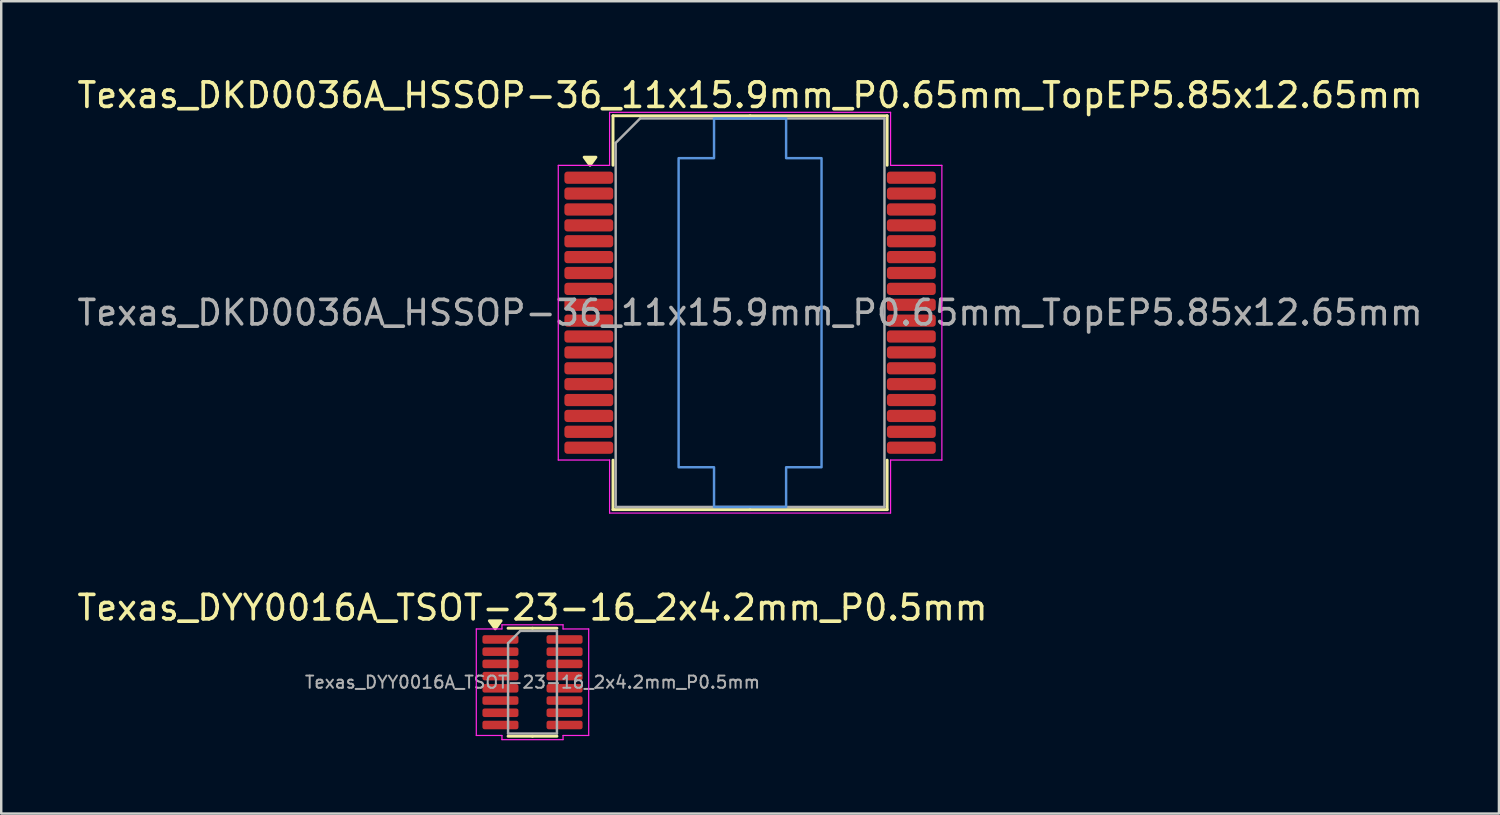
<source format=kicad_pcb>
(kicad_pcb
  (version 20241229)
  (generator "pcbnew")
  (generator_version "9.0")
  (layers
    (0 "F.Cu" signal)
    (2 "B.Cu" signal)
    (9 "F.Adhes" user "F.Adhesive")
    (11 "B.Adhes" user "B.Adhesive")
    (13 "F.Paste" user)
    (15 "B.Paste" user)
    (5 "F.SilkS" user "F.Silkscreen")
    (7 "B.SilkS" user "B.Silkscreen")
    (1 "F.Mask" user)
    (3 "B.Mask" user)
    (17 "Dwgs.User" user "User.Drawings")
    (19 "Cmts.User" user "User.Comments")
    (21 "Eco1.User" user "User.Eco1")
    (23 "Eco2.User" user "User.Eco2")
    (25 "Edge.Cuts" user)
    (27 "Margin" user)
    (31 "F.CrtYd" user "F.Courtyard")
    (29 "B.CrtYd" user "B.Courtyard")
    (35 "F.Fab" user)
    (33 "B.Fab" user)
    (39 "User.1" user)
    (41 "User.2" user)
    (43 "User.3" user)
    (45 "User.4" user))
  (footprint "Texas_DYY0016A_TSOT-23-16_2x4.2mm_P0.5mm"
    (layer "F.Cu")
    (at 18.744 24.872)
    (property "Reference" "Texas_DYY0016A_TSOT-23-16_2x4.2mm_P0.5mm" (at 0 -3.05 0) (layer "F.SilkS") (effects (font (size 1 1) (thickness 0.15))))
    (attr smd)
    (fp_line (start 0 -2.21) (end -1 -2.21) (stroke (width 0.12) (type solid)) (layer "F.SilkS"))
    (fp_line (start 0 -2.21) (end 1 -2.21) (stroke (width 0.12) (type solid)) (layer "F.SilkS"))
    (fp_line (start 0 2.21) (end -1 2.21) (stroke (width 0.12) (type solid)) (layer "F.SilkS"))
    (fp_line (start 0 2.21) (end 1 2.21) (stroke (width 0.12) (type solid)) (layer "F.SilkS"))
    (fp_poly (pts (xy -1.525 -2.185) (xy -1.765 -2.515) (xy -1.285 -2.515)) (stroke (width 0.12) (type solid)) (fill yes) (layer "F.SilkS"))
    (fp_line (start -2.3 -2.18) (end -1.25 -2.18) (stroke (width 0.05) (type solid)) (layer "F.CrtYd"))
    (fp_line (start -2.3 2.18) (end -2.3 -2.18) (stroke (width 0.05) (type solid)) (layer "F.CrtYd"))
    (fp_line (start -1.25 -2.35) (end 1.25 -2.35) (stroke (width 0.05) (type solid)) (layer "F.CrtYd"))
    (fp_line (start -1.25 -2.18) (end -1.25 -2.35) (stroke (width 0.05) (type solid)) (layer "F.CrtYd"))
    (fp_line (start -1.25 2.18) (end -2.3 2.18) (stroke (width 0.05) (type solid)) (layer "F.CrtYd"))
    (fp_line (start -1.25 2.35) (end -1.25 2.18) (stroke (width 0.05) (type solid)) (layer "F.CrtYd"))
    (fp_line (start 1.25 -2.35) (end 1.25 -2.18) (stroke (width 0.05) (type solid)) (layer "F.CrtYd"))
    (fp_line (start 1.25 -2.18) (end 2.3 -2.18) (stroke (width 0.05) (type solid)) (layer "F.CrtYd"))
    (fp_line (start 1.25 2.18) (end 1.25 2.35) (stroke (width 0.05) (type solid)) (layer "F.CrtYd"))
    (fp_line (start 1.25 2.35) (end -1.25 2.35) (stroke (width 0.05) (type solid)) (layer "F.CrtYd"))
    (fp_line (start 2.3 -2.18) (end 2.3 2.18) (stroke (width 0.05) (type solid)) (layer "F.CrtYd"))
    (fp_line (start 2.3 2.18) (end 1.25 2.18) (stroke (width 0.05) (type solid)) (layer "F.CrtYd"))
    (fp_line (start -1 -1.6) (end -0.5 -2.1) (stroke (width 0.1) (type solid)) (layer "F.Fab"))
    (fp_line (start -1 2.1) (end -1 -1.6) (stroke (width 0.1) (type solid)) (layer "F.Fab"))
    (fp_line (start -0.5 -2.1) (end 1 -2.1) (stroke (width 0.1) (type solid)) (layer "F.Fab"))
    (fp_line (start 1 -2.1) (end 1 2.1) (stroke (width 0.1) (type solid)) (layer "F.Fab"))
    (fp_line (start 1 2.1) (end -1 2.1) (stroke (width 0.1) (type solid)) (layer "F.Fab"))
    (fp_text user "${REFERENCE}" (at 0 0 0) (layer "F.Fab") (effects (font (size 0.5 0.5) (thickness 0.08))))
    (pad "1" smd roundrect (at -1.312 -1.75) (size 1.475 0.35) (layers "F.Cu" "F.Mask" "F.Paste") (roundrect_rratio 0.25))
    (pad "2" smd roundrect (at -1.312 -1.25) (size 1.475 0.35) (layers "F.Cu" "F.Mask" "F.Paste") (roundrect_rratio 0.25))
    (pad "3" smd roundrect (at -1.312 -0.75) (size 1.475 0.35) (layers "F.Cu" "F.Mask" "F.Paste") (roundrect_rratio 0.25))
    (pad "4" smd roundrect (at -1.312 -0.25) (size 1.475 0.35) (layers "F.Cu" "F.Mask" "F.Paste") (roundrect_rratio 0.25))
    (pad "5" smd roundrect (at -1.312 0.25) (size 1.475 0.35) (layers "F.Cu" "F.Mask" "F.Paste") (roundrect_rratio 0.25))
    (pad "6" smd roundrect (at -1.312 0.75) (size 1.475 0.35) (layers "F.Cu" "F.Mask" "F.Paste") (roundrect_rratio 0.25))
    (pad "7" smd roundrect (at -1.312 1.25) (size 1.475 0.35) (layers "F.Cu" "F.Mask" "F.Paste") (roundrect_rratio 0.25))
    (pad "8" smd roundrect (at -1.312 1.75) (size 1.475 0.35) (layers "F.Cu" "F.Mask" "F.Paste") (roundrect_rratio 0.25))
    (pad "9" smd roundrect (at 1.312 1.75) (size 1.475 0.35) (layers "F.Cu" "F.Mask" "F.Paste") (roundrect_rratio 0.25))
    (pad "10" smd roundrect (at 1.312 1.25) (size 1.475 0.35) (layers "F.Cu" "F.Mask" "F.Paste") (roundrect_rratio 0.25))
    (pad "11" smd roundrect (at 1.312 0.75) (size 1.475 0.35) (layers "F.Cu" "F.Mask" "F.Paste") (roundrect_rratio 0.25))
    (pad "12" smd roundrect (at 1.312 0.25) (size 1.475 0.35) (layers "F.Cu" "F.Mask" "F.Paste") (roundrect_rratio 0.25))
    (pad "13" smd roundrect (at 1.312 -0.25) (size 1.475 0.35) (layers "F.Cu" "F.Mask" "F.Paste") (roundrect_rratio 0.25))
    (pad "14" smd roundrect (at 1.312 -0.75) (size 1.475 0.35) (layers "F.Cu" "F.Mask" "F.Paste") (roundrect_rratio 0.25))
    (pad "15" smd roundrect (at 1.312 -1.25) (size 1.475 0.35) (layers "F.Cu" "F.Mask" "F.Paste") (roundrect_rratio 0.25))
    (pad "16" smd roundrect (at 1.312 -1.75) (size 1.475 0.35) (layers "F.Cu" "F.Mask" "F.Paste") (roundrect_rratio 0.25)))
  (footprint "Texas_DKD0036A_HSSOP-36_11x15.9mm_P0.65mm_TopEP5.85x12.65mm"
    (layer "F.Cu")
    (at 27.649 9.748)
    (property "Reference" "Texas_DKD0036A_HSSOP-36_11x15.9mm_P0.65mm_TopEP5.85x12.65mm" (at 0 -8.9 0) (layer "F.SilkS") (effects (font (size 1 1) (thickness 0.15))))
    (attr smd)
    (fp_line (start -5.61 -8.06) (end -5.61 -6.035) (stroke (width 0.12) (type solid)) (layer "F.SilkS"))
    (fp_line (start -5.61 8.06) (end -5.61 6.035) (stroke (width 0.12) (type solid)) (layer "F.SilkS"))
    (fp_line (start 0 -8.06) (end -5.61 -8.06) (stroke (width 0.12) (type solid)) (layer "F.SilkS"))
    (fp_line (start 0 -8.06) (end 5.61 -8.06) (stroke (width 0.12) (type solid)) (layer "F.SilkS"))
    (fp_line (start 0 8.06) (end -5.61 8.06) (stroke (width 0.12) (type solid)) (layer "F.SilkS"))
    (fp_line (start 0 8.06) (end 5.61 8.06) (stroke (width 0.12) (type solid)) (layer "F.SilkS"))
    (fp_line (start 5.61 -8.06) (end 5.61 -6.035) (stroke (width 0.12) (type solid)) (layer "F.SilkS"))
    (fp_line (start 5.61 8.06) (end 5.61 6.035) (stroke (width 0.12) (type solid)) (layer "F.SilkS"))
    (fp_poly (pts (xy -6.55 -6.035) (xy -6.79 -6.365) (xy -6.31 -6.365)) (stroke (width 0.12) (type solid)) (fill yes) (layer "F.SilkS"))
    (fp_poly (pts (xy -2.925 -6.325) (xy -2.925 6.325) (xy -1.475 6.325) (xy -1.475 7.95) (xy 1.475 7.95) (xy 1.475 6.325) (xy 2.925 6.325) (xy 2.925 -6.325) (xy 1.475 -6.325) (xy 1.475 -7.95) (xy -1.475 -7.95) (xy -1.475 -6.325)) (stroke (width 0.1) (type solid)) (fill no) (layer "Cmts.User"))
    (fp_line (start -7.85 -6.03) (end -5.75 -6.03) (stroke (width 0.05) (type solid)) (layer "F.CrtYd"))
    (fp_line (start -7.85 6.03) (end -7.85 -6.03) (stroke (width 0.05) (type solid)) (layer "F.CrtYd"))
    (fp_line (start -5.75 -8.2) (end 5.75 -8.2) (stroke (width 0.05) (type solid)) (layer "F.CrtYd"))
    (fp_line (start -5.75 -6.03) (end -5.75 -8.2) (stroke (width 0.05) (type solid)) (layer "F.CrtYd"))
    (fp_line (start -5.75 6.03) (end -7.85 6.03) (stroke (width 0.05) (type solid)) (layer "F.CrtYd"))
    (fp_line (start -5.75 8.2) (end -5.75 6.03) (stroke (width 0.05) (type solid)) (layer "F.CrtYd"))
    (fp_line (start 5.75 -8.2) (end 5.75 -6.03) (stroke (width 0.05) (type solid)) (layer "F.CrtYd"))
    (fp_line (start 5.75 -6.03) (end 7.85 -6.03) (stroke (width 0.05) (type solid)) (layer "F.CrtYd"))
    (fp_line (start 5.75 6.03) (end 5.75 8.2) (stroke (width 0.05) (type solid)) (layer "F.CrtYd"))
    (fp_line (start 5.75 8.2) (end -5.75 8.2) (stroke (width 0.05) (type solid)) (layer "F.CrtYd"))
    (fp_line (start 7.85 -6.03) (end 7.85 6.03) (stroke (width 0.05) (type solid)) (layer "F.CrtYd"))
    (fp_line (start 7.85 6.03) (end 5.75 6.03) (stroke (width 0.05) (type solid)) (layer "F.CrtYd"))
    (fp_line (start -5.5 -6.95) (end -4.5 -7.95) (stroke (width 0.1) (type solid)) (layer "F.Fab"))
    (fp_line (start -5.5 7.95) (end -5.5 -6.95) (stroke (width 0.1) (type solid)) (layer "F.Fab"))
    (fp_line (start -4.5 -7.95) (end 5.5 -7.95) (stroke (width 0.1) (type solid)) (layer "F.Fab"))
    (fp_line (start 5.5 -7.95) (end 5.5 7.95) (stroke (width 0.1) (type solid)) (layer "F.Fab"))
    (fp_line (start 5.5 7.95) (end -5.5 7.95) (stroke (width 0.1) (type solid)) (layer "F.Fab"))
    (fp_text user "${REFERENCE}" (at 0 0 0) (layer "F.Fab") (effects (font (size 1 1) (thickness 0.15))))
    (pad "1" smd roundrect (at -6.6 -5.525) (size 2 0.5) (layers "F.Cu" "F.Mask" "F.Paste") (roundrect_rratio 0.25))
    (pad "2" smd roundrect (at -6.6 -4.875) (size 2 0.5) (layers "F.Cu" "F.Mask" "F.Paste") (roundrect_rratio 0.25))
    (pad "3" smd roundrect (at -6.6 -4.225) (size 2 0.5) (layers "F.Cu" "F.Mask" "F.Paste") (roundrect_rratio 0.25))
    (pad "4" smd roundrect (at -6.6 -3.575) (size 2 0.5) (layers "F.Cu" "F.Mask" "F.Paste") (roundrect_rratio 0.25))
    (pad "5" smd roundrect (at -6.6 -2.925) (size 2 0.5) (layers "F.Cu" "F.Mask" "F.Paste") (roundrect_rratio 0.25))
    (pad "6" smd roundrect (at -6.6 -2.275) (size 2 0.5) (layers "F.Cu" "F.Mask" "F.Paste") (roundrect_rratio 0.25))
    (pad "7" smd roundrect (at -6.6 -1.625) (size 2 0.5) (layers "F.Cu" "F.Mask" "F.Paste") (roundrect_rratio 0.25))
    (pad "8" smd roundrect (at -6.6 -0.975) (size 2 0.5) (layers "F.Cu" "F.Mask" "F.Paste") (roundrect_rratio 0.25))
    (pad "9" smd roundrect (at -6.6 -0.325) (size 2 0.5) (layers "F.Cu" "F.Mask" "F.Paste") (roundrect_rratio 0.25))
    (pad "10" smd roundrect (at -6.6 0.325) (size 2 0.5) (layers "F.Cu" "F.Mask" "F.Paste") (roundrect_rratio 0.25))
    (pad "11" smd roundrect (at -6.6 0.975) (size 2 0.5) (layers "F.Cu" "F.Mask" "F.Paste") (roundrect_rratio 0.25))
    (pad "12" smd roundrect (at -6.6 1.625) (size 2 0.5) (layers "F.Cu" "F.Mask" "F.Paste") (roundrect_rratio 0.25))
    (pad "13" smd roundrect (at -6.6 2.275) (size 2 0.5) (layers "F.Cu" "F.Mask" "F.Paste") (roundrect_rratio 0.25))
    (pad "14" smd roundrect (at -6.6 2.925) (size 2 0.5) (layers "F.Cu" "F.Mask" "F.Paste") (roundrect_rratio 0.25))
    (pad "15" smd roundrect (at -6.6 3.575) (size 2 0.5) (layers "F.Cu" "F.Mask" "F.Paste") (roundrect_rratio 0.25))
    (pad "16" smd roundrect (at -6.6 4.225) (size 2 0.5) (layers "F.Cu" "F.Mask" "F.Paste") (roundrect_rratio 0.25))
    (pad "17" smd roundrect (at -6.6 4.875) (size 2 0.5) (layers "F.Cu" "F.Mask" "F.Paste") (roundrect_rratio 0.25))
    (pad "18" smd roundrect (at -6.6 5.525) (size 2 0.5) (layers "F.Cu" "F.Mask" "F.Paste") (roundrect_rratio 0.25))
    (pad "19" smd roundrect (at 6.6 5.525) (size 2 0.5) (layers "F.Cu" "F.Mask" "F.Paste") (roundrect_rratio 0.25))
    (pad "20" smd roundrect (at 6.6 4.875) (size 2 0.5) (layers "F.Cu" "F.Mask" "F.Paste") (roundrect_rratio 0.25))
    (pad "21" smd roundrect (at 6.6 4.225) (size 2 0.5) (layers "F.Cu" "F.Mask" "F.Paste") (roundrect_rratio 0.25))
    (pad "22" smd roundrect (at 6.6 3.575) (size 2 0.5) (layers "F.Cu" "F.Mask" "F.Paste") (roundrect_rratio 0.25))
    (pad "23" smd roundrect (at 6.6 2.925) (size 2 0.5) (layers "F.Cu" "F.Mask" "F.Paste") (roundrect_rratio 0.25))
    (pad "24" smd roundrect (at 6.6 2.275) (size 2 0.5) (layers "F.Cu" "F.Mask" "F.Paste") (roundrect_rratio 0.25))
    (pad "25" smd roundrect (at 6.6 1.625) (size 2 0.5) (layers "F.Cu" "F.Mask" "F.Paste") (roundrect_rratio 0.25))
    (pad "26" smd roundrect (at 6.6 0.975) (size 2 0.5) (layers "F.Cu" "F.Mask" "F.Paste") (roundrect_rratio 0.25))
    (pad "27" smd roundrect (at 6.6 0.325) (size 2 0.5) (layers "F.Cu" "F.Mask" "F.Paste") (roundrect_rratio 0.25))
    (pad "28" smd roundrect (at 6.6 -0.325) (size 2 0.5) (layers "F.Cu" "F.Mask" "F.Paste") (roundrect_rratio 0.25))
    (pad "29" smd roundrect (at 6.6 -0.975) (size 2 0.5) (layers "F.Cu" "F.Mask" "F.Paste") (roundrect_rratio 0.25))
    (pad "30" smd roundrect (at 6.6 -1.625) (size 2 0.5) (layers "F.Cu" "F.Mask" "F.Paste") (roundrect_rratio 0.25))
    (pad "31" smd roundrect (at 6.6 -2.275) (size 2 0.5) (layers "F.Cu" "F.Mask" "F.Paste") (roundrect_rratio 0.25))
    (pad "32" smd roundrect (at 6.6 -2.925) (size 2 0.5) (layers "F.Cu" "F.Mask" "F.Paste") (roundrect_rratio 0.25))
    (pad "33" smd roundrect (at 6.6 -3.575) (size 2 0.5) (layers "F.Cu" "F.Mask" "F.Paste") (roundrect_rratio 0.25))
    (pad "34" smd roundrect (at 6.6 -4.225) (size 2 0.5) (layers "F.Cu" "F.Mask" "F.Paste") (roundrect_rratio 0.25))
    (pad "35" smd roundrect (at 6.6 -4.875) (size 2 0.5) (layers "F.Cu" "F.Mask" "F.Paste") (roundrect_rratio 0.25))
    (pad "36" smd roundrect (at 6.6 -5.525) (size 2 0.5) (layers "F.Cu" "F.Mask" "F.Paste") (roundrect_rratio 0.25)))
  (gr_rect
    (start -3 -3)
    (end 58.298 30.247)
    (stroke (width 0.1) (type default))
    (fill no)
    (layer "Edge.Cuts")))
</source>
